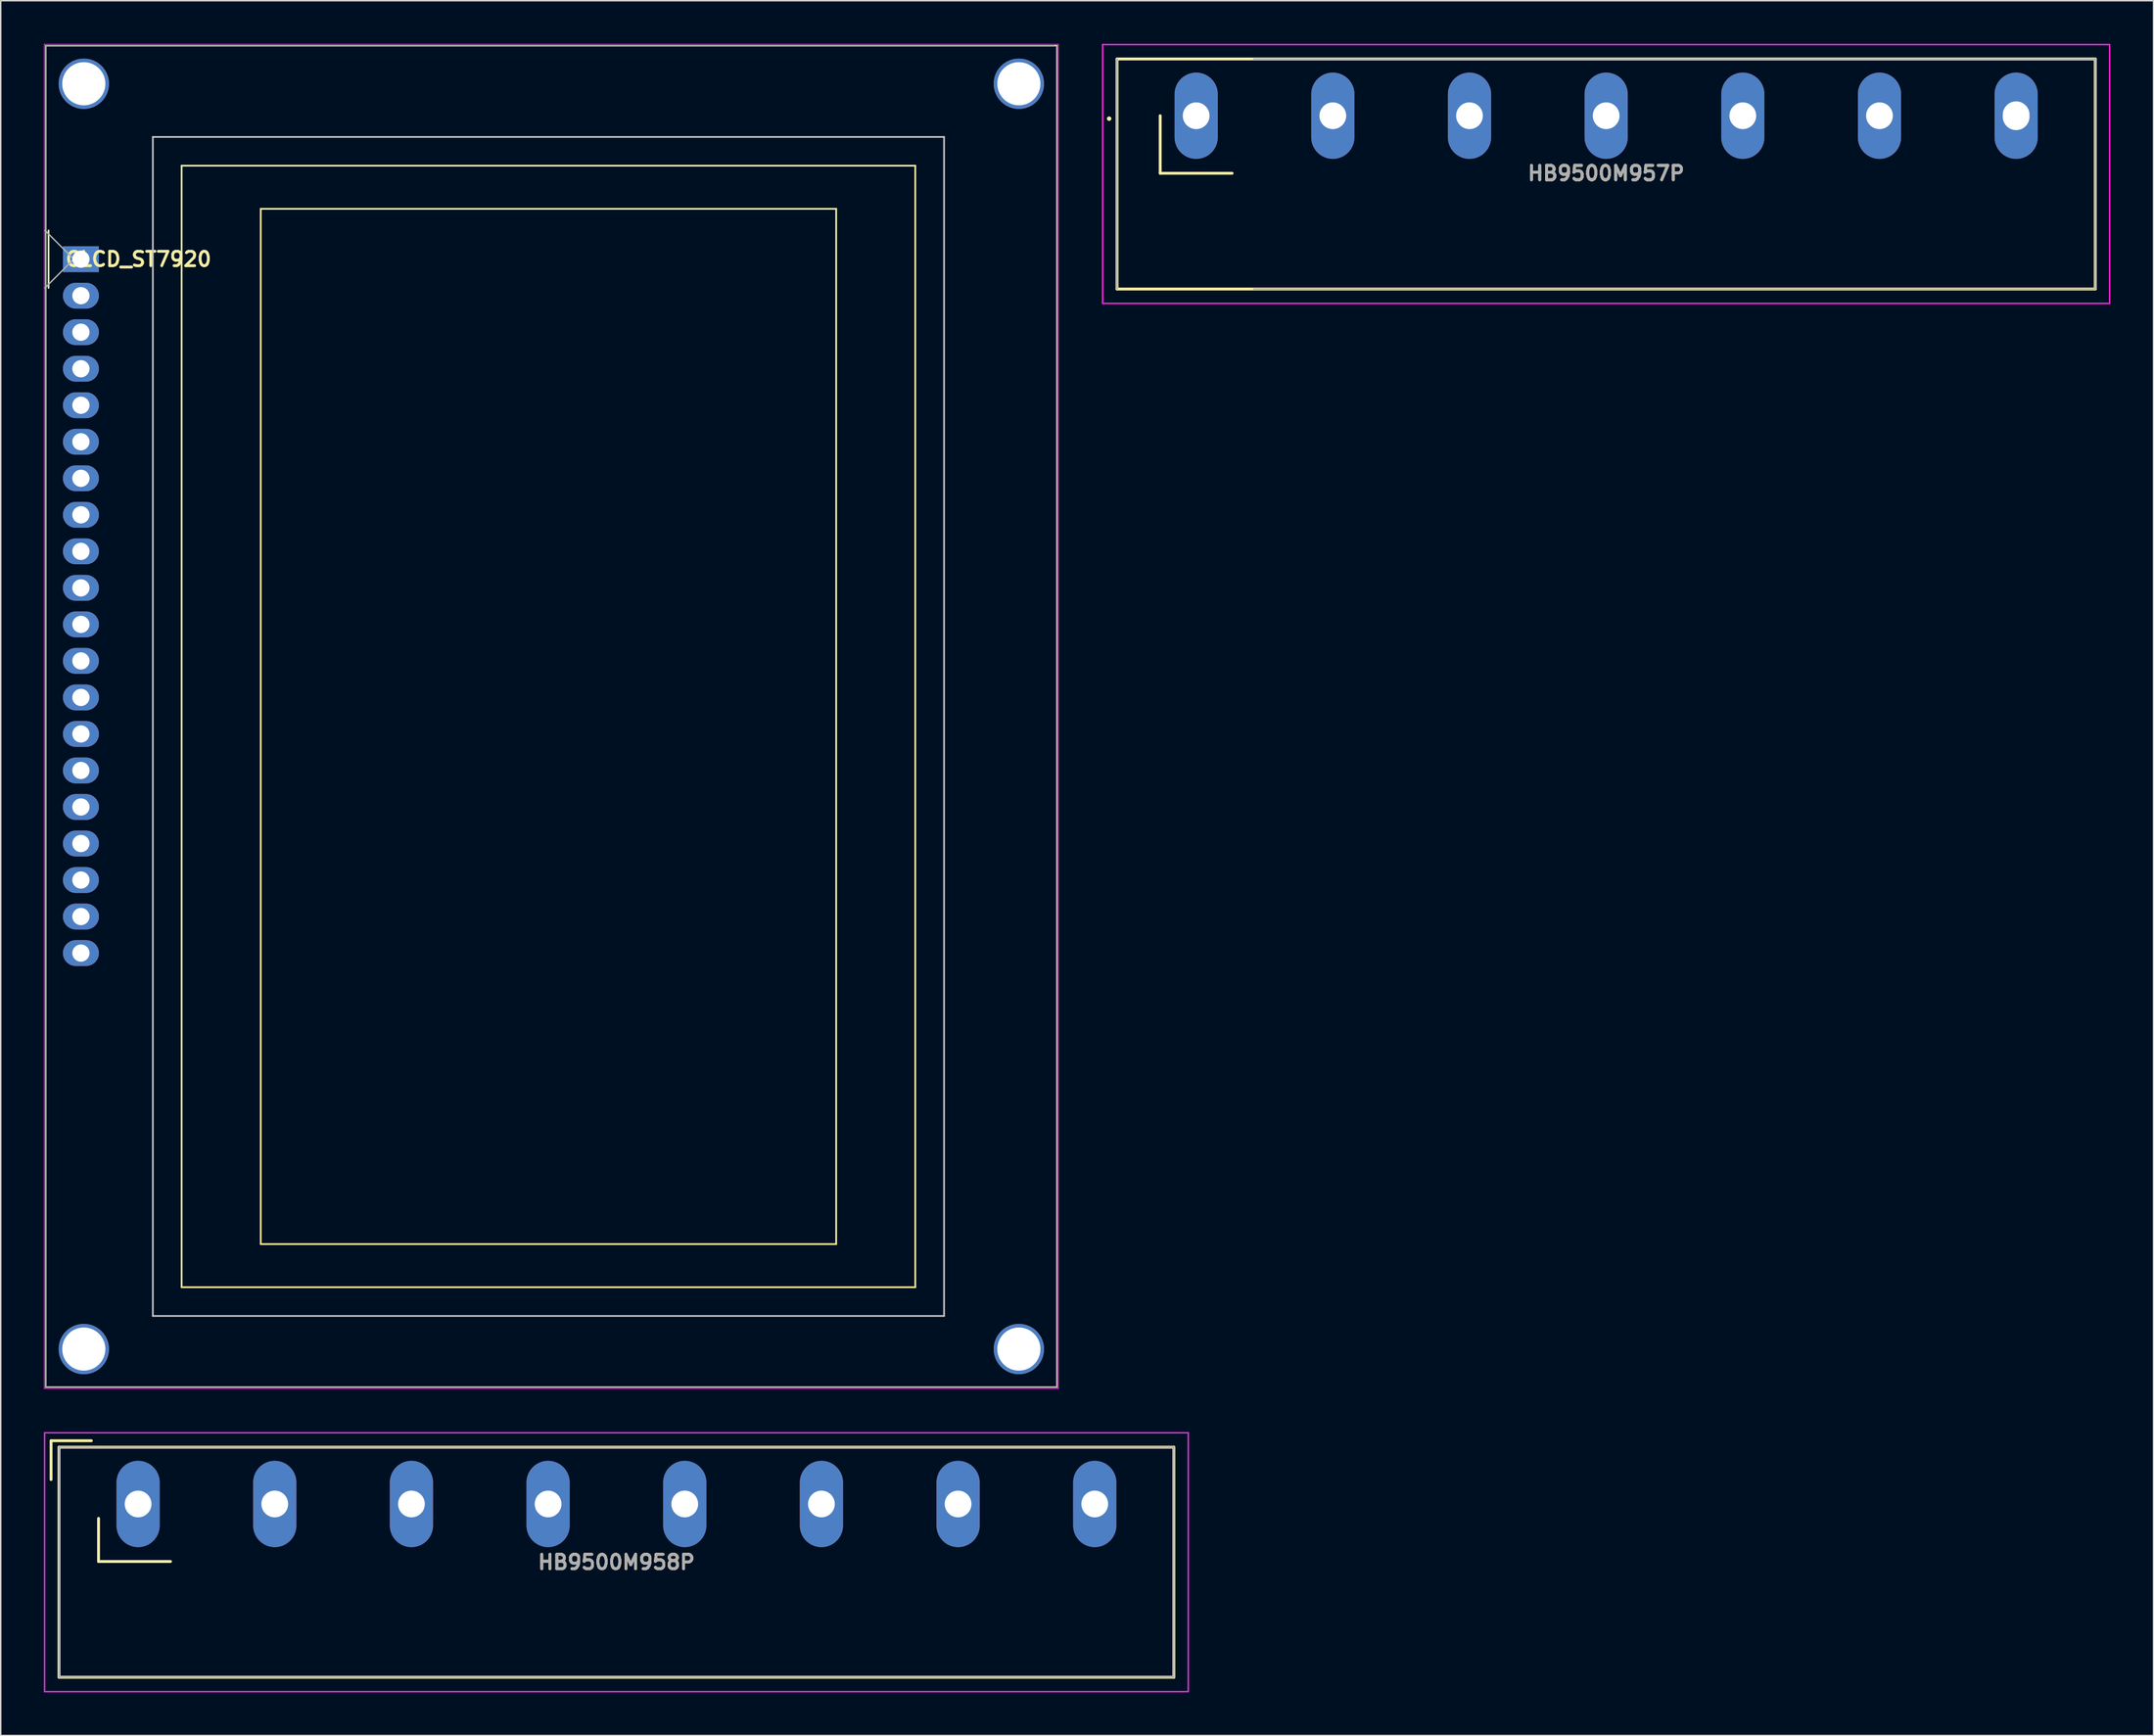
<source format=kicad_pcb>
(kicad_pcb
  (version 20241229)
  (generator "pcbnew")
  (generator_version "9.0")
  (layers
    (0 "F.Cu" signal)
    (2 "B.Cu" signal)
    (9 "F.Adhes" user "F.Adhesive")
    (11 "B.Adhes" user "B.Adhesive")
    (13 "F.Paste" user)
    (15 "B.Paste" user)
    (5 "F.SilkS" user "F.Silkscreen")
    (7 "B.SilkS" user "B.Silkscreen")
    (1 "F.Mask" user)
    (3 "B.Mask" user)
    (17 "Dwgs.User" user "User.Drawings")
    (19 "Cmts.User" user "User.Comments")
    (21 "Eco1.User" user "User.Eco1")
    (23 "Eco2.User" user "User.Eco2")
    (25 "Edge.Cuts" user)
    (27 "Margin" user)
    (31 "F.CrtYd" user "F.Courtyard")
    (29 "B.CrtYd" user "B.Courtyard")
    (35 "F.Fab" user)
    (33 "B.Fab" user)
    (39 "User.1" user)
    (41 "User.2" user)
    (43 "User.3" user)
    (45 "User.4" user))
  (footprint "GLCD_ST7920"
    (layer "F.Cu")
    (at 2.575 14.975)
    (property "Reference" "GLCD_ST7920" (at 4 0 0) (layer "F.SilkS") (effects (font (size 1 1) (thickness 0.2))))
    (attr through_hole)
    (fp_line (start -2.45 -14.85) (end -2.45 78.45) (stroke (width 0.1) (type solid)) (layer "F.SilkS"))
    (fp_line (start -2.45 78.45) (end 67.85 78.45) (stroke (width 0.1) (type solid)) (layer "F.SilkS"))
    (fp_line (start -2.25 -2) (end -2.25 2) (stroke (width 0.12) (type solid)) (layer "F.SilkS"))
    (fp_line (start 7 -6.5) (end 58 -6.5) (stroke (width 0.12) (type solid)) (layer "F.SilkS"))
    (fp_line (start 7 71.5) (end 7 -6.5) (stroke (width 0.12) (type solid)) (layer "F.SilkS"))
    (fp_line (start 7 71.5) (end 58 71.5) (stroke (width 0.12) (type solid)) (layer "F.SilkS"))
    (fp_line (start 12.5 68.5) (end 12.5 -3.5) (stroke (width 0.12) (type solid)) (layer "F.SilkS"))
    (fp_line (start 52.5 -3.5) (end 12.5 -3.5) (stroke (width 0.12) (type solid)) (layer "F.SilkS"))
    (fp_line (start 52.5 68.5) (end 12.5 68.5) (stroke (width 0.12) (type solid)) (layer "F.SilkS"))
    (fp_line (start 52.5 68.5) (end 52.5 -3.5) (stroke (width 0.12) (type solid)) (layer "F.SilkS"))
    (fp_line (start 58 71.5) (end 58 -6.5) (stroke (width 0.12) (type solid)) (layer "F.SilkS"))
    (fp_line (start 67.85 -14.85) (end -2.45 -14.85) (stroke (width 0.1) (type solid)) (layer "F.SilkS"))
    (fp_line (start 67.85 78.45) (end 67.85 -14.85) (stroke (width 0.1) (type solid)) (layer "F.SilkS"))
    (fp_line (start 5 -8.5) (end 60 -8.5) (stroke (width 0.12) (type solid)) (layer "Dwgs.User"))
    (fp_line (start 5 73.5) (end 5 -8.5) (stroke (width 0.12) (type solid)) (layer "Dwgs.User"))
    (fp_line (start 5 73.5) (end 60 73.5) (stroke (width 0.12) (type solid)) (layer "Dwgs.User"))
    (fp_line (start 60 73.5) (end 60 -8.5) (stroke (width 0.12) (type solid)) (layer "Dwgs.User"))
    (fp_line (start -2.55 -14.95) (end -2.55 78.55) (stroke (width 0.05) (type solid)) (layer "F.CrtYd"))
    (fp_line (start -2.55 -14.95) (end 67.95 -14.95) (stroke (width 0.05) (type solid)) (layer "F.CrtYd"))
    (fp_line (start -2.55 78.55) (end 67.95 78.55) (stroke (width 0.05) (type solid)) (layer "F.CrtYd"))
    (fp_line (start 67.95 -14.95) (end 67.95 78.55) (stroke (width 0.05) (type solid)) (layer "F.CrtYd"))
    (fp_line (start -2.5 -2) (end -0.5 0) (stroke (width 0.1) (type solid)) (layer "F.Fab"))
    (fp_line (start -2.45 -14.85) (end -2.45 78.45) (stroke (width 0.1) (type solid)) (layer "F.Fab"))
    (fp_line (start -2.45 -14.85) (end 67.65 -14.85) (stroke (width 0.1) (type solid)) (layer "F.Fab"))
    (fp_line (start -2.45 78.45) (end 67.85 78.45) (stroke (width 0.1) (type solid)) (layer "F.Fab"))
    (fp_line (start -0.5 0) (end -2.5 2) (stroke (width 0.1) (type solid)) (layer "F.Fab"))
    (fp_line (start 67.85 -14.85) (end 67.85 78.45) (stroke (width 0.1) (type solid)) (layer "F.Fab"))
    (pad "" thru_hole circle (at 0.2 -12.2 270) (size 3.5 3.5) (drill 3) (layers "*.Cu" "*.Mask"))
    (pad "" thru_hole circle (at 0.2 75.8 270) (size 3.5 3.5) (drill 3) (layers "*.Cu" "*.Mask"))
    (pad "" thru_hole circle (at 65.2 -12.2 270) (size 3.5 3.5) (drill 3) (layers "*.Cu" "*.Mask"))
    (pad "" thru_hole circle (at 65.2 75.8 270) (size 3.5 3.5) (drill 3) (layers "*.Cu" "*.Mask"))
    (pad "1" thru_hole rect (at 0 0 270) (size 1.8 2.5) (drill 1.2) (layers "*.Cu" "*.Mask"))
    (pad "2" thru_hole oval (at 0 2.54 270) (size 1.8 2.5) (drill 1.2) (layers "*.Cu" "*.Mask"))
    (pad "3" thru_hole oval (at 0 5.08 270) (size 1.8 2.5) (drill 1.2) (layers "*.Cu" "*.Mask"))
    (pad "4" thru_hole oval (at 0 7.62 270) (size 1.8 2.5) (drill 1.2) (layers "*.Cu" "*.Mask"))
    (pad "5" thru_hole oval (at 0 10.16 270) (size 1.8 2.5) (drill 1.2) (layers "*.Cu" "*.Mask"))
    (pad "6" thru_hole oval (at 0 12.7 270) (size 1.8 2.5) (drill 1.2) (layers "*.Cu" "*.Mask"))
    (pad "7" thru_hole oval (at 0 15.24 270) (size 1.8 2.5) (drill 1.2) (layers "*.Cu" "*.Mask"))
    (pad "8" thru_hole oval (at 0 17.78 270) (size 1.8 2.5) (drill 1.2) (layers "*.Cu" "*.Mask"))
    (pad "9" thru_hole oval (at 0 20.32 270) (size 1.8 2.5) (drill 1.2) (layers "*.Cu" "*.Mask"))
    (pad "10" thru_hole oval (at 0 22.86 270) (size 1.8 2.5) (drill 1.2) (layers "*.Cu" "*.Mask"))
    (pad "11" thru_hole oval (at 0 25.4 270) (size 1.8 2.5) (drill 1.2) (layers "*.Cu" "*.Mask"))
    (pad "12" thru_hole oval (at 0 27.94 270) (size 1.8 2.5) (drill 1.2) (layers "*.Cu" "*.Mask"))
    (pad "13" thru_hole oval (at 0 30.48 270) (size 1.8 2.5) (drill 1.2) (layers "*.Cu" "*.Mask"))
    (pad "14" thru_hole oval (at 0 33.02 270) (size 1.8 2.5) (drill 1.2) (layers "*.Cu" "*.Mask"))
    (pad "15" thru_hole oval (at 0 35.56 270) (size 1.8 2.5) (drill 1.2) (layers "*.Cu" "*.Mask"))
    (pad "16" thru_hole oval (at 0 38.1 270) (size 1.8 2.5) (drill 1.2) (layers "*.Cu" "*.Mask"))
    (pad "17" thru_hole oval (at 0 40.64 270) (size 1.8 2.5) (drill 1.2) (layers "*.Cu" "*.Mask"))
    (pad "18" thru_hole oval (at 0 43.18 270) (size 1.8 2.5) (drill 1.2) (layers "*.Cu" "*.Mask"))
    (pad "19" thru_hole oval (at 0 45.72 270) (size 1.8 2.5) (drill 1.2) (layers "*.Cu" "*.Mask"))
    (pad "20" thru_hole oval (at 0 48.26 270) (size 1.8 2.5) (drill 1.2) (layers "*.Cu" "*.Mask")))
  (footprint "HB9500M957P"
    (layer "F.Cu")
    (at 108.6 5)
    (property "Reference" "HB9500M957P" (at 0 4 0) (layer "F.SilkS") (effects (font (size 1 1) (thickness 0.2))))
    (attr through_hole)
    (fp_line (start -34.6 0.2) (end -34.6 0.2) (stroke (width 0.2) (type solid)) (layer "F.SilkS"))
    (fp_line (start -34.6 0.2) (end -34.6 0.2) (stroke (width 0.2) (type solid)) (layer "F.SilkS"))
    (fp_line (start -34.5 0.2) (end -34.5 0.2) (stroke (width 0.2) (type solid)) (layer "F.SilkS"))
    (fp_line (start -34 -3.95) (end 34 -3.95) (stroke (width 0.2) (type solid)) (layer "F.SilkS"))
    (fp_line (start -34 12.05) (end -34 -3.95) (stroke (width 0.2) (type solid)) (layer "F.SilkS"))
    (fp_line (start -31 0) (end -31 4) (stroke (width 0.2) (type solid)) (layer "F.SilkS"))
    (fp_line (start -31 4) (end -26 4) (stroke (width 0.2) (type solid)) (layer "F.SilkS"))
    (fp_line (start 34 -3.95) (end 34 12.05) (stroke (width 0.2) (type solid)) (layer "F.SilkS"))
    (fp_line (start 34 12.05) (end -34 12.05) (stroke (width 0.2) (type solid)) (layer "F.SilkS"))
    (fp_arc (start -34.6 0.2) (mid -34.55 0.15) (end -34.5 0.2) (stroke (width 0.2) (type solid)) (layer "F.SilkS"))
    (fp_arc (start -34.5 0.2) (mid -34.55 0.25) (end -34.6 0.2) (stroke (width 0.2) (type solid)) (layer "F.SilkS"))
    (fp_arc (start -34.5 0.2) (mid -34.55 0.25) (end -34.6 0.2) (stroke (width 0.2) (type solid)) (layer "F.SilkS"))
    (fp_line (start -35 13.05) (end -35 -4.95) (stroke (width 0.1) (type solid)) (layer "F.CrtYd"))
    (fp_line (start -35 13.05) (end 35 13.05) (stroke (width 0.1) (type solid)) (layer "F.CrtYd"))
    (fp_line (start 35 -4.95) (end -35 -4.95) (stroke (width 0.1) (type solid)) (layer "F.CrtYd"))
    (fp_line (start 35 13.05) (end 35 -4.95) (stroke (width 0.1) (type solid)) (layer "F.CrtYd"))
    (fp_line (start -34 12.05) (end -34 -3.95) (stroke (width 0.1) (type solid)) (layer "F.Fab"))
    (fp_line (start -24.5 -3.95) (end 34 -3.95) (stroke (width 0.1) (type solid)) (layer "F.Fab"))
    (fp_line (start 34 -3.95) (end 34 12.05) (stroke (width 0.1) (type solid)) (layer "F.Fab"))
    (fp_line (start 34 12.05) (end -24.5 12.05) (stroke (width 0.1) (type solid)) (layer "F.Fab"))
    (fp_text user "${REFERENCE}" (at 0 4 0) (layer "F.Fab") (effects (font (size 1 1) (thickness 0.2))))
    (pad "1" thru_hole oval (at -28.5 0) (size 3 6) (drill 1.86) (layers "*.Cu" "*.Mask"))
    (pad "2" thru_hole oval (at -19 0) (size 3 6) (drill 1.86) (layers "*.Cu" "*.Mask"))
    (pad "3" thru_hole oval (at -9.5 0) (size 3 6) (drill 1.86) (layers "*.Cu" "*.Mask"))
    (pad "4" thru_hole oval (at 0 0) (size 3 6) (drill 1.86) (layers "*.Cu" "*.Mask"))
    (pad "5" thru_hole oval (at 9.5 0) (size 3 6) (drill 1.86) (layers "*.Cu" "*.Mask"))
    (pad "6" thru_hole oval (at 19 0) (size 3 6) (drill 1.86) (layers "*.Cu" "*.Mask"))
    (pad "7" thru_hole oval (at 28.5 0) (size 3 6) (drill oval 1.86 2) (layers "*.Cu" "*.Mask")))
  (footprint "HB9500M958P"
    (layer "F.Cu")
    (at 39.8 101.55)
    (property "Reference" "HB9500M958P" (at 0 4.05 0) (layer "F.SilkS") (effects (font (size 1 1) (thickness 0.2))))
    (attr through_hole)
    (fp_line (start -39.3 -4.4) (end -36.5 -4.4) (stroke (width 0.2) (type solid)) (layer "F.SilkS"))
    (fp_line (start -39.3 -1.7) (end -39.3 -4.4) (stroke (width 0.2) (type solid)) (layer "F.SilkS"))
    (fp_line (start -38.75 -3.95) (end 38.75 -3.95) (stroke (width 0.2) (type solid)) (layer "F.SilkS"))
    (fp_line (start -38.75 12.05) (end -38.75 -3.95) (stroke (width 0.2) (type solid)) (layer "F.SilkS"))
    (fp_line (start -36 1) (end -36 4) (stroke (width 0.2) (type solid)) (layer "F.SilkS"))
    (fp_line (start -36 4) (end -31 4) (stroke (width 0.2) (type solid)) (layer "F.SilkS"))
    (fp_line (start 38.75 -3.95) (end 38.75 12.05) (stroke (width 0.2) (type solid)) (layer "F.SilkS"))
    (fp_line (start 38.75 12.05) (end -38.75 12.05) (stroke (width 0.2) (type solid)) (layer "F.SilkS"))
    (fp_line (start -39.75 -4.95) (end 39.75 -4.95) (stroke (width 0.1) (type solid)) (layer "F.CrtYd"))
    (fp_line (start -39.75 13.05) (end -39.75 -4.95) (stroke (width 0.1) (type solid)) (layer "F.CrtYd"))
    (fp_line (start 39.75 -4.95) (end 39.75 13.05) (stroke (width 0.1) (type solid)) (layer "F.CrtYd"))
    (fp_line (start 39.75 13.05) (end -39.75 13.05) (stroke (width 0.1) (type solid)) (layer "F.CrtYd"))
    (fp_line (start -38.75 -3.95) (end 38.75 -3.95) (stroke (width 0.1) (type solid)) (layer "F.Fab"))
    (fp_line (start -38.75 12.05) (end -38.75 -3.95) (stroke (width 0.1) (type solid)) (layer "F.Fab"))
    (fp_line (start 38.75 -3.95) (end 38.75 12.05) (stroke (width 0.1) (type solid)) (layer "F.Fab"))
    (fp_line (start 38.75 12.05) (end -38.75 12.05) (stroke (width 0.1) (type solid)) (layer "F.Fab"))
    (fp_text user "${REFERENCE}" (at 0 4.05 0) (layer "F.Fab") (effects (font (size 1 1) (thickness 0.2))))
    (pad "1" thru_hole oval (at -33.25 0) (size 3 6) (drill 1.86) (layers "*.Cu" "*.Mask"))
    (pad "2" thru_hole oval (at -23.75 0) (size 3 6) (drill 1.86) (layers "*.Cu" "*.Mask"))
    (pad "3" thru_hole oval (at -14.25 0) (size 3 6) (drill 1.86) (layers "*.Cu" "*.Mask"))
    (pad "4" thru_hole oval (at -4.75 0) (size 3 6) (drill 1.86) (layers "*.Cu" "*.Mask"))
    (pad "5" thru_hole oval (at 4.75 0) (size 3 6) (drill 1.86) (layers "*.Cu" "*.Mask"))
    (pad "6" thru_hole oval (at 14.25 0) (size 3 6) (drill 1.86) (layers "*.Cu" "*.Mask"))
    (pad "7" thru_hole oval (at 23.75 0) (size 3 6) (drill 1.86) (layers "*.Cu" "*.Mask"))
    (pad "8" thru_hole oval (at 33.25 0) (size 3 6) (drill 1.86) (layers "*.Cu" "*.Mask")))
  (gr_rect
    (start -3 -3)
    (end 146.65 117.65)
    (stroke (width 0.1) (type default))
    (fill no)
    (layer "Edge.Cuts")))
</source>
